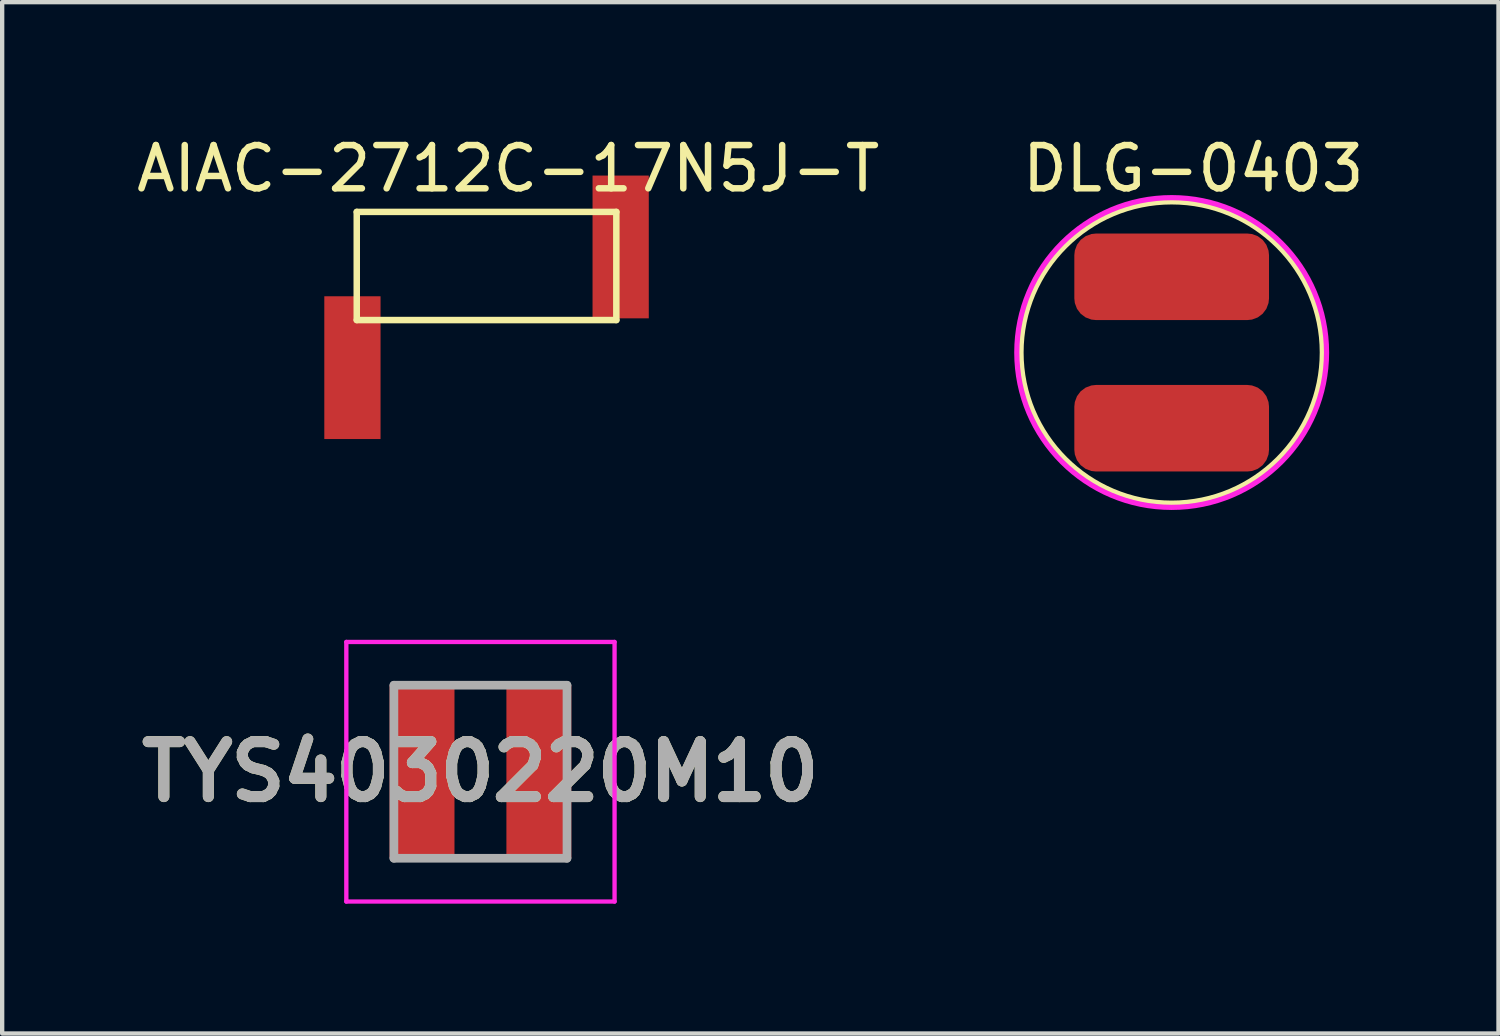
<source format=kicad_pcb>
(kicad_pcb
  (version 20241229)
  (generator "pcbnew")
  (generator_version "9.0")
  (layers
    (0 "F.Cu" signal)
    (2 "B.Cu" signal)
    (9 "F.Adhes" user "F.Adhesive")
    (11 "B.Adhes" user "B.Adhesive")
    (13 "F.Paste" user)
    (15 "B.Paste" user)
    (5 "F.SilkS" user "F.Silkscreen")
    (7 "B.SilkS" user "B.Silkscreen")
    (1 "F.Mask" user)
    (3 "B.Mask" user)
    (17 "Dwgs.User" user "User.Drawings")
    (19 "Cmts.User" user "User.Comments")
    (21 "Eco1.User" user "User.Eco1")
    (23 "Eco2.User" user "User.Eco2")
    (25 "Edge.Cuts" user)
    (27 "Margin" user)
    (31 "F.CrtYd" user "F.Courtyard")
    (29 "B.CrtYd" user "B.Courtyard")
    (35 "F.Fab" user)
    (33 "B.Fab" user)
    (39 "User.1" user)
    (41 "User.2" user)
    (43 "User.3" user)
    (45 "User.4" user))
  (footprint "AIAC-2712C-17N5J-T"
    (layer "F.Cu")
    (at 8.196 0.848)
    (property "Reference" "AIAC-2712C-17N5J-T" (at 0.5 0 0) (layer "F.SilkS") (effects (font (size 1 1) (thickness 0.15))))
    (attr through_hole)
    (fp_line (start -3 1) (end 3 1) (stroke (width 0.15) (type solid)) (layer "F.SilkS"))
    (fp_line (start -3 3.5) (end -3 1) (stroke (width 0.15) (type solid)) (layer "F.SilkS"))
    (fp_line (start 3 1) (end 3 3.5) (stroke (width 0.15) (type solid)) (layer "F.SilkS"))
    (fp_line (start 3 3.5) (end -3 3.5) (stroke (width 0.15) (type solid)) (layer "F.SilkS"))
    (pad "1" smd rect (at -3.1 4.6) (size 1.3 3.3) (layers "F.Cu" "F.Mask" "F.Paste"))
    (pad "2" smd rect (at 3.1 1.81) (size 1.3 3.3) (layers "F.Cu" "F.Mask" "F.Paste")))
  (footprint "DLG-0403"
    (layer "F.Cu")
    (at 24.032 1.348)
    (property "Reference" "DLG-0403" (at 0.5 -0.5 0) (layer "F.SilkS") (effects (font (size 1 1) (thickness 0.15))))
    (attr through_hole)
    (fp_circle (center 0 3.75) (end 3.25 2.5) (stroke (width 0.12) (type solid)) (fill no) (layer "F.SilkS"))
    (fp_circle (center 0 3.75) (end 3.25 2.25) (stroke (width 0.12) (type solid)) (fill no) (layer "F.CrtYd"))
    (pad "1" smd roundrect (at 0 2) (size 4.5 2) (layers "F.Cu" "F.Mask" "F.Paste") (roundrect_rratio 0.25))
    (pad "2" smd roundrect (at 0 5.5) (size 4.5 2) (layers "F.Cu" "F.Mask" "F.Paste") (roundrect_rratio 0.25)))
  (footprint "TYS4030220M10"
    (layer "F.Cu")
    (at 8.055 14.788)
    (property "Reference" "TYS4030220M10" (at 0 0 0) (layer "F.SilkS") (effects (font (size 1.27 1.27) (thickness 0.254))))
    (attr smd)
    (fp_line (start -0.4 -2) (end 0.4 -2) (stroke (width 0.1) (type solid)) (layer "F.SilkS"))
    (fp_line (start -0.4 2) (end 0.4 2) (stroke (width 0.1) (type solid)) (layer "F.SilkS"))
    (fp_line (start -3.1 -3) (end 3.1 -3) (stroke (width 0.1) (type solid)) (layer "F.CrtYd"))
    (fp_line (start -3.1 3) (end -3.1 -3) (stroke (width 0.1) (type solid)) (layer "F.CrtYd"))
    (fp_line (start 3.1 -3) (end 3.1 3) (stroke (width 0.1) (type solid)) (layer "F.CrtYd"))
    (fp_line (start 3.1 3) (end -3.1 3) (stroke (width 0.1) (type solid)) (layer "F.CrtYd"))
    (fp_line (start -2 -2) (end 2 -2) (stroke (width 0.2) (type solid)) (layer "F.Fab"))
    (fp_line (start -2 2) (end -2 -2) (stroke (width 0.2) (type solid)) (layer "F.Fab"))
    (fp_line (start 2 -2) (end 2 2) (stroke (width 0.2) (type solid)) (layer "F.Fab"))
    (fp_line (start 2 2) (end -2 2) (stroke (width 0.2) (type solid)) (layer "F.Fab"))
    (fp_text user "${REFERENCE}" (at 0 0 0) (layer "F.Fab") (effects (font (size 1.27 1.27) (thickness 0.254))))
    (pad "1" smd rect (at -1.35 0) (size 1.5 4) (layers "F.Cu" "F.Mask" "F.Paste"))
    (pad "2" smd rect (at 1.35 0) (size 1.5 4) (layers "F.Cu" "F.Mask" "F.Paste")))
  (gr_rect
    (start -3 -3)
    (end 31.586 20.838)
    (stroke (width 0.1) (type default))
    (fill no)
    (layer "Edge.Cuts")))
</source>
